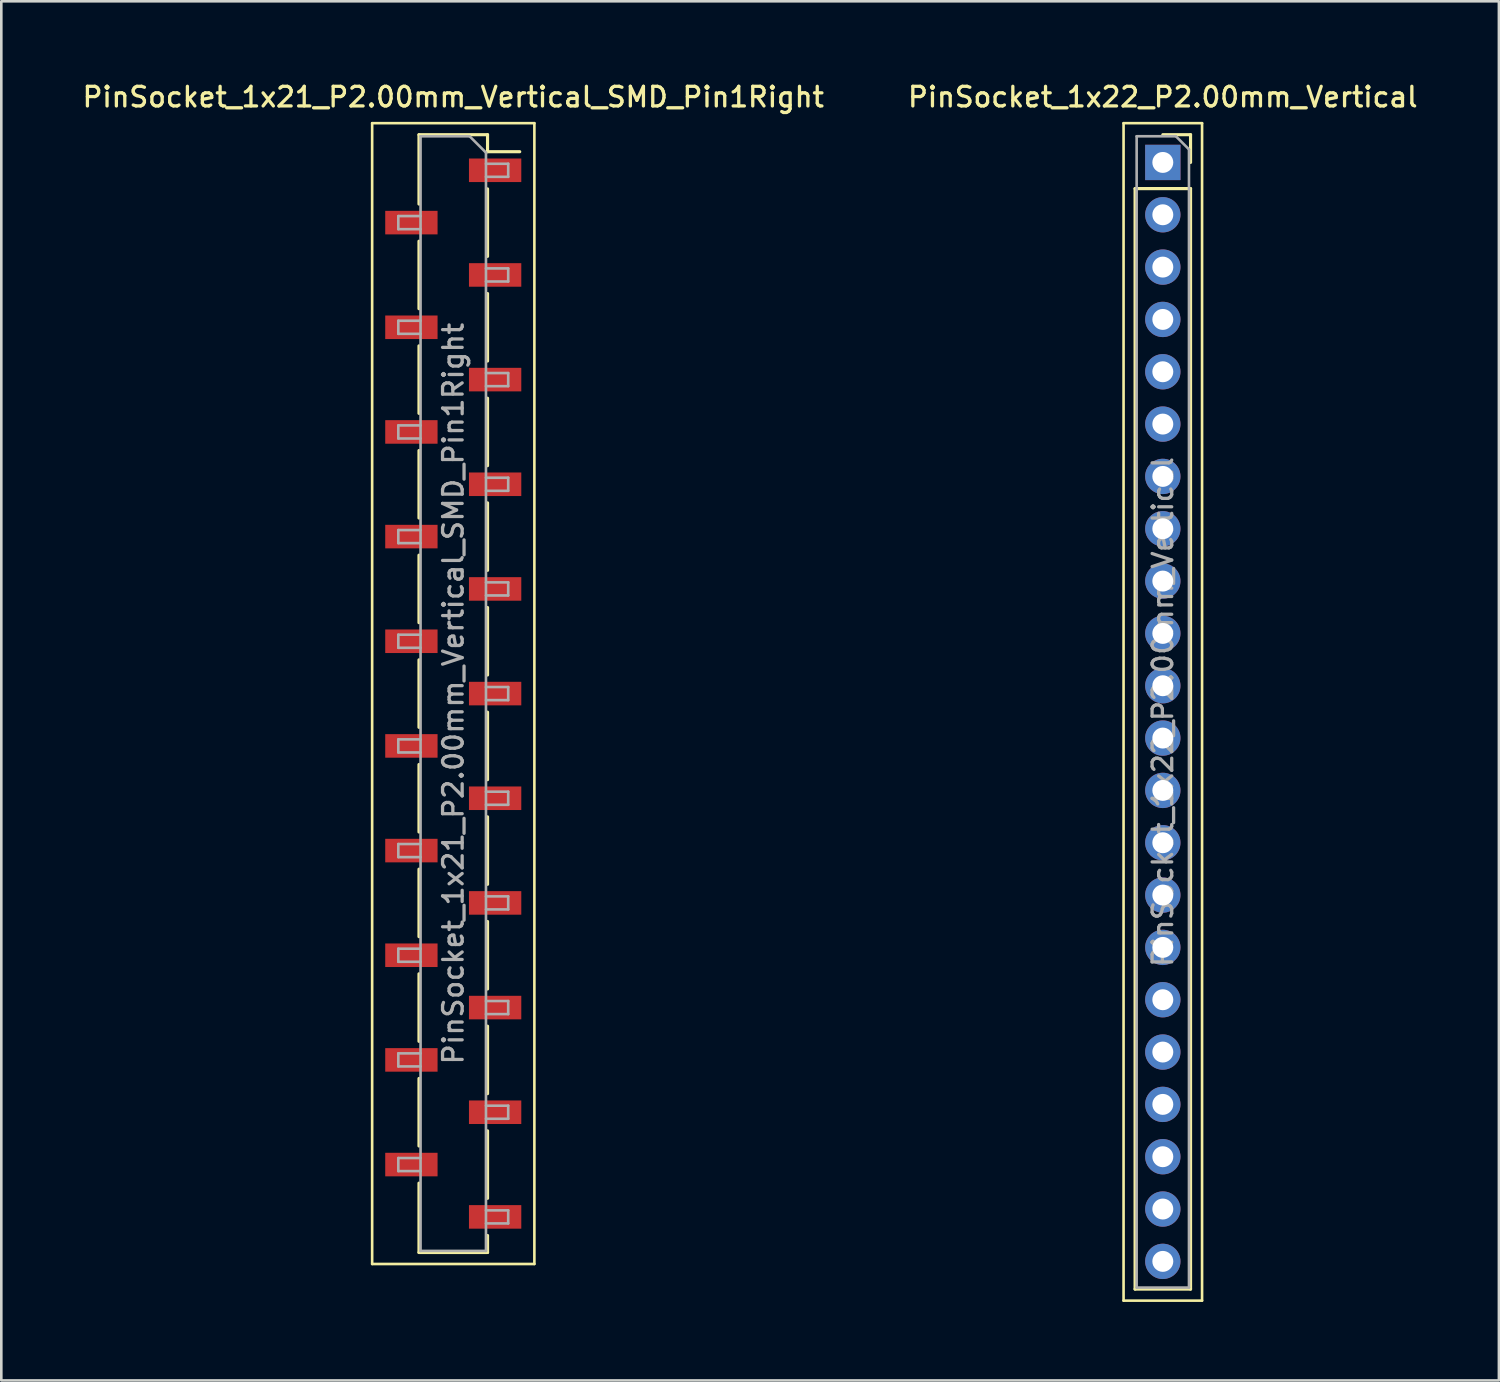
<source format=kicad_pcb>
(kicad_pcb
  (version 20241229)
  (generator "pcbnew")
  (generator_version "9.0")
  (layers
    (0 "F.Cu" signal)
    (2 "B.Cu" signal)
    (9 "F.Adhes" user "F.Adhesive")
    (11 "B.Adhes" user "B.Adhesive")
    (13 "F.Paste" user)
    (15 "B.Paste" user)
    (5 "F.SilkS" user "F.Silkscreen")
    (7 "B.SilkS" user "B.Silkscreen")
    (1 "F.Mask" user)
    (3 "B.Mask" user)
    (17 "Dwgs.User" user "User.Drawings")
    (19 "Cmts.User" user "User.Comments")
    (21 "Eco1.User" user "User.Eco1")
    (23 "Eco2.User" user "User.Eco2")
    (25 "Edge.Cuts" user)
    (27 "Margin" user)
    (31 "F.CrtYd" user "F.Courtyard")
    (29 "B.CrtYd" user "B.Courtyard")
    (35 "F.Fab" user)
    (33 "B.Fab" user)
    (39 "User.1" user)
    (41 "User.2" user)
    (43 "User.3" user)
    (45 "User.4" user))
  (footprint "PinSocket_1x22_P2.00mm_Vertical"
    (layer "F.Cu")
    (at 41.391 3.158)
    (property "Reference" "PinSocket_1x22_P2.00mm_Vertical" (at 0 -2.5 0) (layer "F.SilkS") (effects (font (size 0.75 0.75) (thickness 0.125))))
    (attr through_hole)
    (fp_line (start -1.5 -1.5) (end 1.5 -1.5) (stroke (width 0.1) (type solid)) (layer "F.SilkS"))
    (fp_line (start -1.5 43.5) (end -1.5 -1.5) (stroke (width 0.1) (type solid)) (layer "F.SilkS"))
    (fp_line (start -1.06 1) (end -1.06 43.06) (stroke (width 0.12) (type solid)) (layer "F.SilkS"))
    (fp_line (start -1.06 1) (end 1.06 1) (stroke (width 0.12) (type solid)) (layer "F.SilkS"))
    (fp_line (start -1.06 43.06) (end 1.06 43.06) (stroke (width 0.12) (type solid)) (layer "F.SilkS"))
    (fp_line (start 0 -1.06) (end 1.06 -1.06) (stroke (width 0.12) (type solid)) (layer "F.SilkS"))
    (fp_line (start 1.06 -1.06) (end 1.06 0) (stroke (width 0.12) (type solid)) (layer "F.SilkS"))
    (fp_line (start 1.06 1) (end 1.06 43.06) (stroke (width 0.12) (type solid)) (layer "F.SilkS"))
    (fp_line (start 1.5 -1.5) (end 1.5 43.5) (stroke (width 0.1) (type solid)) (layer "F.SilkS"))
    (fp_line (start 1.5 43.5) (end -1.5 43.5) (stroke (width 0.1) (type solid)) (layer "F.SilkS"))
    (fp_line (start -1 -1) (end 0.5 -1) (stroke (width 0.1) (type solid)) (layer "F.Fab"))
    (fp_line (start -1 43) (end -1 -1) (stroke (width 0.1) (type solid)) (layer "F.Fab"))
    (fp_line (start 0.5 -1) (end 1 -0.5) (stroke (width 0.1) (type solid)) (layer "F.Fab"))
    (fp_line (start 1 -0.5) (end 1 43) (stroke (width 0.1) (type solid)) (layer "F.Fab"))
    (fp_line (start 1 43) (end -1 43) (stroke (width 0.1) (type solid)) (layer "F.Fab"))
    (fp_text user "${REFERENCE}" (at 0 21 90) (layer "F.Fab") (effects (font (size 0.75 0.75) (thickness 0.125))))
    (pad "1" thru_hole rect (at 0 0) (size 1.35 1.35) (drill 0.8) (layers "*.Cu" "*.Mask"))
    (pad "2" thru_hole oval (at 0 2) (size 1.35 1.35) (drill 0.8) (layers "*.Cu" "*.Mask"))
    (pad "3" thru_hole oval (at 0 4) (size 1.35 1.35) (drill 0.8) (layers "*.Cu" "*.Mask"))
    (pad "4" thru_hole oval (at 0 6) (size 1.35 1.35) (drill 0.8) (layers "*.Cu" "*.Mask"))
    (pad "5" thru_hole oval (at 0 8) (size 1.35 1.35) (drill 0.8) (layers "*.Cu" "*.Mask"))
    (pad "6" thru_hole oval (at 0 10) (size 1.35 1.35) (drill 0.8) (layers "*.Cu" "*.Mask"))
    (pad "7" thru_hole oval (at 0 12) (size 1.35 1.35) (drill 0.8) (layers "*.Cu" "*.Mask"))
    (pad "8" thru_hole oval (at 0 14) (size 1.35 1.35) (drill 0.8) (layers "*.Cu" "*.Mask"))
    (pad "9" thru_hole oval (at 0 16) (size 1.35 1.35) (drill 0.8) (layers "*.Cu" "*.Mask"))
    (pad "10" thru_hole oval (at 0 18) (size 1.35 1.35) (drill 0.8) (layers "*.Cu" "*.Mask"))
    (pad "11" thru_hole oval (at 0 20) (size 1.35 1.35) (drill 0.8) (layers "*.Cu" "*.Mask"))
    (pad "12" thru_hole oval (at 0 22) (size 1.35 1.35) (drill 0.8) (layers "*.Cu" "*.Mask"))
    (pad "13" thru_hole oval (at 0 24) (size 1.35 1.35) (drill 0.8) (layers "*.Cu" "*.Mask"))
    (pad "14" thru_hole oval (at 0 26) (size 1.35 1.35) (drill 0.8) (layers "*.Cu" "*.Mask"))
    (pad "15" thru_hole oval (at 0 28) (size 1.35 1.35) (drill 0.8) (layers "*.Cu" "*.Mask"))
    (pad "16" thru_hole oval (at 0 30) (size 1.35 1.35) (drill 0.8) (layers "*.Cu" "*.Mask"))
    (pad "17" thru_hole oval (at 0 32) (size 1.35 1.35) (drill 0.8) (layers "*.Cu" "*.Mask"))
    (pad "18" thru_hole oval (at 0 34) (size 1.35 1.35) (drill 0.8) (layers "*.Cu" "*.Mask"))
    (pad "19" thru_hole oval (at 0 36) (size 1.35 1.35) (drill 0.8) (layers "*.Cu" "*.Mask"))
    (pad "20" thru_hole oval (at 0 38) (size 1.35 1.35) (drill 0.8) (layers "*.Cu" "*.Mask"))
    (pad "21" thru_hole oval (at 0 40) (size 1.35 1.35) (drill 0.8) (layers "*.Cu" "*.Mask"))
    (pad "22" thru_hole oval (at 0 42) (size 1.35 1.35) (drill 0.8) (layers "*.Cu" "*.Mask")))
  (footprint "PinSocket_1x21_P2.00mm_Vertical_SMD_Pin1Right"
    (layer "F.Cu")
    (at 14.273 23.458)
    (property "Reference" "PinSocket_1x21_P2.00mm_Vertical_SMD_Pin1Right" (at 0 -22.8 0) (layer "F.SilkS") (effects (font (size 0.75 0.75) (thickness 0.125))))
    (attr smd)
    (fp_line (start -3.1 -21.8) (end 3.1 -21.8) (stroke (width 0.1) (type solid)) (layer "F.SilkS"))
    (fp_line (start -3.1 21.8) (end -3.1 -21.8) (stroke (width 0.1) (type solid)) (layer "F.SilkS"))
    (fp_line (start -1.31 -21.36) (end -1.31 -18.71) (stroke (width 0.12) (type solid)) (layer "F.SilkS"))
    (fp_line (start -1.31 -21.36) (end 1.31 -21.36) (stroke (width 0.12) (type solid)) (layer "F.SilkS"))
    (fp_line (start -1.31 -17.29) (end -1.31 -14.71) (stroke (width 0.12) (type solid)) (layer "F.SilkS"))
    (fp_line (start -1.31 -13.29) (end -1.31 -10.71) (stroke (width 0.12) (type solid)) (layer "F.SilkS"))
    (fp_line (start -1.31 -9.29) (end -1.31 -6.71) (stroke (width 0.12) (type solid)) (layer "F.SilkS"))
    (fp_line (start -1.31 -5.29) (end -1.31 -2.71) (stroke (width 0.12) (type solid)) (layer "F.SilkS"))
    (fp_line (start -1.31 -1.29) (end -1.31 1.29) (stroke (width 0.12) (type solid)) (layer "F.SilkS"))
    (fp_line (start -1.31 2.71) (end -1.31 5.29) (stroke (width 0.12) (type solid)) (layer "F.SilkS"))
    (fp_line (start -1.31 6.71) (end -1.31 9.29) (stroke (width 0.12) (type solid)) (layer "F.SilkS"))
    (fp_line (start -1.31 10.71) (end -1.31 13.29) (stroke (width 0.12) (type solid)) (layer "F.SilkS"))
    (fp_line (start -1.31 14.71) (end -1.31 17.29) (stroke (width 0.12) (type solid)) (layer "F.SilkS"))
    (fp_line (start -1.31 18.71) (end -1.31 21.36) (stroke (width 0.12) (type solid)) (layer "F.SilkS"))
    (fp_line (start -1.31 21.36) (end 1.31 21.36) (stroke (width 0.12) (type solid)) (layer "F.SilkS"))
    (fp_line (start 1.31 -21.36) (end 1.31 -20.71) (stroke (width 0.12) (type solid)) (layer "F.SilkS"))
    (fp_line (start 1.31 -20.71) (end 2.54 -20.71) (stroke (width 0.12) (type solid)) (layer "F.SilkS"))
    (fp_line (start 1.31 -19.29) (end 1.31 -16.71) (stroke (width 0.12) (type solid)) (layer "F.SilkS"))
    (fp_line (start 1.31 -15.29) (end 1.31 -12.71) (stroke (width 0.12) (type solid)) (layer "F.SilkS"))
    (fp_line (start 1.31 -11.29) (end 1.31 -8.71) (stroke (width 0.12) (type solid)) (layer "F.SilkS"))
    (fp_line (start 1.31 -7.29) (end 1.31 -4.71) (stroke (width 0.12) (type solid)) (layer "F.SilkS"))
    (fp_line (start 1.31 -3.29) (end 1.31 -0.71) (stroke (width 0.12) (type solid)) (layer "F.SilkS"))
    (fp_line (start 1.31 0.71) (end 1.31 3.29) (stroke (width 0.12) (type solid)) (layer "F.SilkS"))
    (fp_line (start 1.31 4.71) (end 1.31 7.29) (stroke (width 0.12) (type solid)) (layer "F.SilkS"))
    (fp_line (start 1.31 8.71) (end 1.31 11.29) (stroke (width 0.12) (type solid)) (layer "F.SilkS"))
    (fp_line (start 1.31 12.71) (end 1.31 15.29) (stroke (width 0.12) (type solid)) (layer "F.SilkS"))
    (fp_line (start 1.31 16.71) (end 1.31 19.29) (stroke (width 0.12) (type solid)) (layer "F.SilkS"))
    (fp_line (start 1.31 20.71) (end 1.31 21.36) (stroke (width 0.12) (type solid)) (layer "F.SilkS"))
    (fp_line (start 3.1 -21.8) (end 3.1 21.8) (stroke (width 0.1) (type solid)) (layer "F.SilkS"))
    (fp_line (start 3.1 21.8) (end -3.1 21.8) (stroke (width 0.1) (type solid)) (layer "F.SilkS"))
    (fp_line (start -2.1 -18.25) (end -1.25 -18.25) (stroke (width 0.1) (type solid)) (layer "F.Fab"))
    (fp_line (start -2.1 -17.75) (end -2.1 -18.25) (stroke (width 0.1) (type solid)) (layer "F.Fab"))
    (fp_line (start -2.1 -14.25) (end -1.25 -14.25) (stroke (width 0.1) (type solid)) (layer "F.Fab"))
    (fp_line (start -2.1 -13.75) (end -2.1 -14.25) (stroke (width 0.1) (type solid)) (layer "F.Fab"))
    (fp_line (start -2.1 -10.25) (end -1.25 -10.25) (stroke (width 0.1) (type solid)) (layer "F.Fab"))
    (fp_line (start -2.1 -9.75) (end -2.1 -10.25) (stroke (width 0.1) (type solid)) (layer "F.Fab"))
    (fp_line (start -2.1 -6.25) (end -1.25 -6.25) (stroke (width 0.1) (type solid)) (layer "F.Fab"))
    (fp_line (start -2.1 -5.75) (end -2.1 -6.25) (stroke (width 0.1) (type solid)) (layer "F.Fab"))
    (fp_line (start -2.1 -2.25) (end -1.25 -2.25) (stroke (width 0.1) (type solid)) (layer "F.Fab"))
    (fp_line (start -2.1 -1.75) (end -2.1 -2.25) (stroke (width 0.1) (type solid)) (layer "F.Fab"))
    (fp_line (start -2.1 1.75) (end -1.25 1.75) (stroke (width 0.1) (type solid)) (layer "F.Fab"))
    (fp_line (start -2.1 2.25) (end -2.1 1.75) (stroke (width 0.1) (type solid)) (layer "F.Fab"))
    (fp_line (start -2.1 5.75) (end -1.25 5.75) (stroke (width 0.1) (type solid)) (layer "F.Fab"))
    (fp_line (start -2.1 6.25) (end -2.1 5.75) (stroke (width 0.1) (type solid)) (layer "F.Fab"))
    (fp_line (start -2.1 9.75) (end -1.25 9.75) (stroke (width 0.1) (type solid)) (layer "F.Fab"))
    (fp_line (start -2.1 10.25) (end -2.1 9.75) (stroke (width 0.1) (type solid)) (layer "F.Fab"))
    (fp_line (start -2.1 13.75) (end -1.25 13.75) (stroke (width 0.1) (type solid)) (layer "F.Fab"))
    (fp_line (start -2.1 14.25) (end -2.1 13.75) (stroke (width 0.1) (type solid)) (layer "F.Fab"))
    (fp_line (start -2.1 17.75) (end -1.25 17.75) (stroke (width 0.1) (type solid)) (layer "F.Fab"))
    (fp_line (start -2.1 18.25) (end -2.1 17.75) (stroke (width 0.1) (type solid)) (layer "F.Fab"))
    (fp_line (start -1.25 -21.3) (end 0.625 -21.3) (stroke (width 0.1) (type solid)) (layer "F.Fab"))
    (fp_line (start -1.25 -17.75) (end -2.1 -17.75) (stroke (width 0.1) (type solid)) (layer "F.Fab"))
    (fp_line (start -1.25 -13.75) (end -2.1 -13.75) (stroke (width 0.1) (type solid)) (layer "F.Fab"))
    (fp_line (start -1.25 -9.75) (end -2.1 -9.75) (stroke (width 0.1) (type solid)) (layer "F.Fab"))
    (fp_line (start -1.25 -5.75) (end -2.1 -5.75) (stroke (width 0.1) (type solid)) (layer "F.Fab"))
    (fp_line (start -1.25 -1.75) (end -2.1 -1.75) (stroke (width 0.1) (type solid)) (layer "F.Fab"))
    (fp_line (start -1.25 2.25) (end -2.1 2.25) (stroke (width 0.1) (type solid)) (layer "F.Fab"))
    (fp_line (start -1.25 6.25) (end -2.1 6.25) (stroke (width 0.1) (type solid)) (layer "F.Fab"))
    (fp_line (start -1.25 10.25) (end -2.1 10.25) (stroke (width 0.1) (type solid)) (layer "F.Fab"))
    (fp_line (start -1.25 14.25) (end -2.1 14.25) (stroke (width 0.1) (type solid)) (layer "F.Fab"))
    (fp_line (start -1.25 18.25) (end -2.1 18.25) (stroke (width 0.1) (type solid)) (layer "F.Fab"))
    (fp_line (start -1.25 21.3) (end -1.25 -21.3) (stroke (width 0.1) (type solid)) (layer "F.Fab"))
    (fp_line (start 0.625 -21.3) (end 1.25 -20.675) (stroke (width 0.1) (type solid)) (layer "F.Fab"))
    (fp_line (start 1.25 -20.675) (end 1.25 21.3) (stroke (width 0.1) (type solid)) (layer "F.Fab"))
    (fp_line (start 1.25 -20.25) (end 2.1 -20.25) (stroke (width 0.1) (type solid)) (layer "F.Fab"))
    (fp_line (start 1.25 -16.25) (end 2.1 -16.25) (stroke (width 0.1) (type solid)) (layer "F.Fab"))
    (fp_line (start 1.25 -12.25) (end 2.1 -12.25) (stroke (width 0.1) (type solid)) (layer "F.Fab"))
    (fp_line (start 1.25 -8.25) (end 2.1 -8.25) (stroke (width 0.1) (type solid)) (layer "F.Fab"))
    (fp_line (start 1.25 -4.25) (end 2.1 -4.25) (stroke (width 0.1) (type solid)) (layer "F.Fab"))
    (fp_line (start 1.25 -0.25) (end 2.1 -0.25) (stroke (width 0.1) (type solid)) (layer "F.Fab"))
    (fp_line (start 1.25 3.75) (end 2.1 3.75) (stroke (width 0.1) (type solid)) (layer "F.Fab"))
    (fp_line (start 1.25 7.75) (end 2.1 7.75) (stroke (width 0.1) (type solid)) (layer "F.Fab"))
    (fp_line (start 1.25 11.75) (end 2.1 11.75) (stroke (width 0.1) (type solid)) (layer "F.Fab"))
    (fp_line (start 1.25 15.75) (end 2.1 15.75) (stroke (width 0.1) (type solid)) (layer "F.Fab"))
    (fp_line (start 1.25 19.75) (end 2.1 19.75) (stroke (width 0.1) (type solid)) (layer "F.Fab"))
    (fp_line (start 1.25 21.3) (end -1.25 21.3) (stroke (width 0.1) (type solid)) (layer "F.Fab"))
    (fp_line (start 2.1 -20.25) (end 2.1 -19.75) (stroke (width 0.1) (type solid)) (layer "F.Fab"))
    (fp_line (start 2.1 -19.75) (end 1.25 -19.75) (stroke (width 0.1) (type solid)) (layer "F.Fab"))
    (fp_line (start 2.1 -16.25) (end 2.1 -15.75) (stroke (width 0.1) (type solid)) (layer "F.Fab"))
    (fp_line (start 2.1 -15.75) (end 1.25 -15.75) (stroke (width 0.1) (type solid)) (layer "F.Fab"))
    (fp_line (start 2.1 -12.25) (end 2.1 -11.75) (stroke (width 0.1) (type solid)) (layer "F.Fab"))
    (fp_line (start 2.1 -11.75) (end 1.25 -11.75) (stroke (width 0.1) (type solid)) (layer "F.Fab"))
    (fp_line (start 2.1 -8.25) (end 2.1 -7.75) (stroke (width 0.1) (type solid)) (layer "F.Fab"))
    (fp_line (start 2.1 -7.75) (end 1.25 -7.75) (stroke (width 0.1) (type solid)) (layer "F.Fab"))
    (fp_line (start 2.1 -4.25) (end 2.1 -3.75) (stroke (width 0.1) (type solid)) (layer "F.Fab"))
    (fp_line (start 2.1 -3.75) (end 1.25 -3.75) (stroke (width 0.1) (type solid)) (layer "F.Fab"))
    (fp_line (start 2.1 -0.25) (end 2.1 0.25) (stroke (width 0.1) (type solid)) (layer "F.Fab"))
    (fp_line (start 2.1 0.25) (end 1.25 0.25) (stroke (width 0.1) (type solid)) (layer "F.Fab"))
    (fp_line (start 2.1 3.75) (end 2.1 4.25) (stroke (width 0.1) (type solid)) (layer "F.Fab"))
    (fp_line (start 2.1 4.25) (end 1.25 4.25) (stroke (width 0.1) (type solid)) (layer "F.Fab"))
    (fp_line (start 2.1 7.75) (end 2.1 8.25) (stroke (width 0.1) (type solid)) (layer "F.Fab"))
    (fp_line (start 2.1 8.25) (end 1.25 8.25) (stroke (width 0.1) (type solid)) (layer "F.Fab"))
    (fp_line (start 2.1 11.75) (end 2.1 12.25) (stroke (width 0.1) (type solid)) (layer "F.Fab"))
    (fp_line (start 2.1 12.25) (end 1.25 12.25) (stroke (width 0.1) (type solid)) (layer "F.Fab"))
    (fp_line (start 2.1 15.75) (end 2.1 16.25) (stroke (width 0.1) (type solid)) (layer "F.Fab"))
    (fp_line (start 2.1 16.25) (end 1.25 16.25) (stroke (width 0.1) (type solid)) (layer "F.Fab"))
    (fp_line (start 2.1 19.75) (end 2.1 20.25) (stroke (width 0.1) (type solid)) (layer "F.Fab"))
    (fp_line (start 2.1 20.25) (end 1.25 20.25) (stroke (width 0.1) (type solid)) (layer "F.Fab"))
    (fp_text user "${REFERENCE}" (at 0 0 90) (layer "F.Fab") (effects (font (size 0.75 0.75) (thickness 0.125))))
    (pad "1" smd rect (at 1.6 -20) (size 2 0.9) (layers "F.Cu" "F.Mask" "F.Paste"))
    (pad "2" smd rect (at -1.6 -18) (size 2 0.9) (layers "F.Cu" "F.Mask" "F.Paste"))
    (pad "3" smd rect (at 1.6 -16) (size 2 0.9) (layers "F.Cu" "F.Mask" "F.Paste"))
    (pad "4" smd rect (at -1.6 -14) (size 2 0.9) (layers "F.Cu" "F.Mask" "F.Paste"))
    (pad "5" smd rect (at 1.6 -12) (size 2 0.9) (layers "F.Cu" "F.Mask" "F.Paste"))
    (pad "6" smd rect (at -1.6 -10) (size 2 0.9) (layers "F.Cu" "F.Mask" "F.Paste"))
    (pad "7" smd rect (at 1.6 -8) (size 2 0.9) (layers "F.Cu" "F.Mask" "F.Paste"))
    (pad "8" smd rect (at -1.6 -6) (size 2 0.9) (layers "F.Cu" "F.Mask" "F.Paste"))
    (pad "9" smd rect (at 1.6 -4) (size 2 0.9) (layers "F.Cu" "F.Mask" "F.Paste"))
    (pad "10" smd rect (at -1.6 -2) (size 2 0.9) (layers "F.Cu" "F.Mask" "F.Paste"))
    (pad "11" smd rect (at 1.6 0) (size 2 0.9) (layers "F.Cu" "F.Mask" "F.Paste"))
    (pad "12" smd rect (at -1.6 2) (size 2 0.9) (layers "F.Cu" "F.Mask" "F.Paste"))
    (pad "13" smd rect (at 1.6 4) (size 2 0.9) (layers "F.Cu" "F.Mask" "F.Paste"))
    (pad "14" smd rect (at -1.6 6) (size 2 0.9) (layers "F.Cu" "F.Mask" "F.Paste"))
    (pad "15" smd rect (at 1.6 8) (size 2 0.9) (layers "F.Cu" "F.Mask" "F.Paste"))
    (pad "16" smd rect (at -1.6 10) (size 2 0.9) (layers "F.Cu" "F.Mask" "F.Paste"))
    (pad "17" smd rect (at 1.6 12) (size 2 0.9) (layers "F.Cu" "F.Mask" "F.Paste"))
    (pad "18" smd rect (at -1.6 14) (size 2 0.9) (layers "F.Cu" "F.Mask" "F.Paste"))
    (pad "19" smd rect (at 1.6 16) (size 2 0.9) (layers "F.Cu" "F.Mask" "F.Paste"))
    (pad "20" smd rect (at -1.6 18) (size 2 0.9) (layers "F.Cu" "F.Mask" "F.Paste"))
    (pad "21" smd rect (at 1.6 20) (size 2 0.9) (layers "F.Cu" "F.Mask" "F.Paste")))
  (gr_rect
    (start -3 -3)
    (end 54.236 49.708)
    (stroke (width 0.1) (type default))
    (fill no)
    (layer "Edge.Cuts")))
</source>
